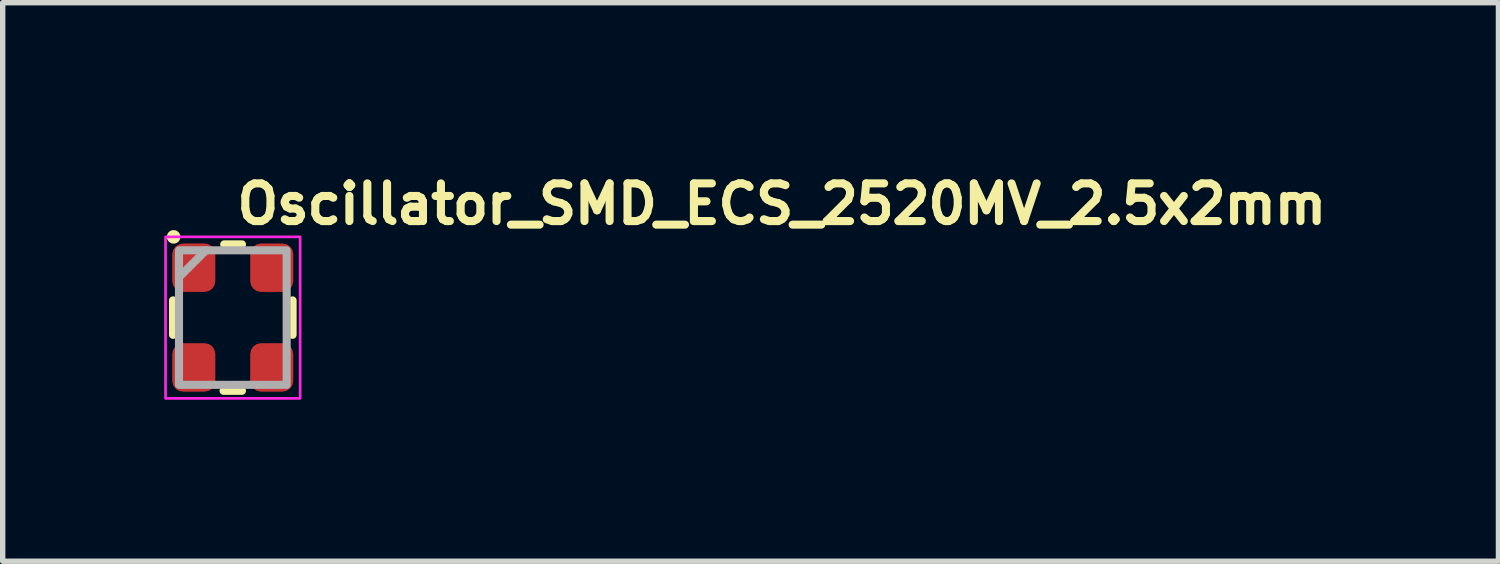
<source format=kicad_pcb>
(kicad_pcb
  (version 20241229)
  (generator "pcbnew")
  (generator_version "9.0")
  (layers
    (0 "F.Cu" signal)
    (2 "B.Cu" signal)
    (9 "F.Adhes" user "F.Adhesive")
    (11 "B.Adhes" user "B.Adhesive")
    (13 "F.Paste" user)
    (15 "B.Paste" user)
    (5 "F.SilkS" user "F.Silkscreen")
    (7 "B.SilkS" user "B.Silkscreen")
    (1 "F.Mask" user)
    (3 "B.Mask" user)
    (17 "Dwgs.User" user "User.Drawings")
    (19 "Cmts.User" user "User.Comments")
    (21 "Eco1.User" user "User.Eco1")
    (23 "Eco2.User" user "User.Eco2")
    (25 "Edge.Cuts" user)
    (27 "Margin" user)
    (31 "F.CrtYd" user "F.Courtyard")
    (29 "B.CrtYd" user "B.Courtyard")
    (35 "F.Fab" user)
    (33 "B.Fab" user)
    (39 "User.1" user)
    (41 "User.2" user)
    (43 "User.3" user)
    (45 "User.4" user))
  (footprint "Oscillator_SMD_ECS_2520MV_2.5x2mm"
    (layer "F.Cu")
    (at 1.275 2.85)
    (property "Reference" "Oscillator_SMD_ECS_2520MV_2.5x2mm" (at 0 -1.7 0) (layer "F.SilkS") (effects (font (size 0.7 0.7) (thickness 0.15)) (justify left bottom)))
    (attr smd)
    (fp_line (start -1.111 0.32) (end -1.111 -0.32) (stroke (width 0.15) (type solid)) (layer "F.SilkS"))
    (fp_line (start -0.172 1.36) (end 0.17 1.36) (stroke (width 0.15) (type solid)) (layer "F.SilkS"))
    (fp_line (start -0.16 -1.361) (end 0.17 -1.361) (stroke (width 0.15) (type solid)) (layer "F.SilkS"))
    (fp_line (start 1.11 0.32) (end 1.11 -0.32) (stroke (width 0.15) (type solid)) (layer "F.SilkS"))
    (fp_circle (center -1.1 -1.5) (end -1.049 -1.5) (stroke (width 0.15) (type solid)) (fill yes) (layer "F.SilkS"))
    (fp_rect (start -1.25 -1.5) (end 1.25 1.5) (stroke (width 0.05) (type solid)) (fill no) (layer "F.CrtYd"))
    (fp_line (start -1 -0.75) (end -0.5 -1.25) (stroke (width 0.15) (type solid)) (layer "F.Fab"))
    (fp_rect (start 1 1.249) (end -1 -1.25) (stroke (width 0.15) (type solid)) (fill no) (layer "F.Fab"))
    (fp_rect (start -1 -1.25) (end 0.998 1.249) (stroke (width 0.1) (type solid)) (fill no) (layer "User.5"))
    (fp_line (start -1 -1.151) (end -1 -0.202) (stroke (width 0.02) (type solid)) (layer "User.9"))
    (fp_line (start -1 -1.151) (end -0.996 -1.151) (stroke (width 0.02) (type solid)) (layer "User.9"))
    (fp_line (start -1 0.2) (end -1 1.148) (stroke (width 0.02) (type solid)) (layer "User.9"))
    (fp_line (start -1 0.2) (end -0.951 0.2) (stroke (width 0.02) (type solid)) (layer "User.9"))
    (fp_line (start -0.996 -1.151) (end -0.991 -1.151) (stroke (width 0.02) (type solid)) (layer "User.9"))
    (fp_line (start -0.996 1.15) (end -1 1.148) (stroke (width 0.02) (type solid)) (layer "User.9"))
    (fp_line (start -0.991 -1.151) (end -0.986 -1.153) (stroke (width 0.02) (type solid)) (layer "User.9"))
    (fp_line (start -0.991 1.15) (end -0.996 1.15) (stroke (width 0.02) (type solid)) (layer "User.9"))
    (fp_line (start -0.986 -1.153) (end -0.981 -1.153) (stroke (width 0.02) (type solid)) (layer "User.9"))
    (fp_line (start -0.986 1.15) (end -0.991 1.15) (stroke (width 0.02) (type solid)) (layer "User.9"))
    (fp_line (start -0.981 -1.153) (end -0.976 -1.154) (stroke (width 0.02) (type solid)) (layer "User.9"))
    (fp_line (start -0.981 1.15) (end -0.986 1.15) (stroke (width 0.02) (type solid)) (layer "User.9"))
    (fp_line (start -0.976 -1.154) (end -0.971 -1.156) (stroke (width 0.02) (type solid)) (layer "User.9"))
    (fp_line (start -0.976 1.153) (end -0.981 1.15) (stroke (width 0.02) (type solid)) (layer "User.9"))
    (fp_line (start -0.971 -1.156) (end -0.967 -1.156) (stroke (width 0.02) (type solid)) (layer "User.9"))
    (fp_line (start -0.971 1.153) (end -0.976 1.153) (stroke (width 0.02) (type solid)) (layer "User.9"))
    (fp_line (start -0.967 -1.156) (end -0.962 -1.158) (stroke (width 0.02) (type solid)) (layer "User.9"))
    (fp_line (start -0.967 1.155) (end -0.971 1.153) (stroke (width 0.02) (type solid)) (layer "User.9"))
    (fp_line (start -0.962 -1.158) (end -0.959 -1.16) (stroke (width 0.02) (type solid)) (layer "User.9"))
    (fp_line (start -0.962 1.157) (end -0.967 1.155) (stroke (width 0.02) (type solid)) (layer "User.9"))
    (fp_line (start -0.959 -1.16) (end -0.954 -1.162) (stroke (width 0.02) (type solid)) (layer "User.9"))
    (fp_line (start -0.959 1.159) (end -0.962 1.157) (stroke (width 0.02) (type solid)) (layer "User.9"))
    (fp_line (start -0.954 -1.162) (end -0.95 -1.166) (stroke (width 0.02) (type solid)) (layer "User.9"))
    (fp_line (start -0.954 1.161) (end -0.959 1.159) (stroke (width 0.02) (type solid)) (layer "User.9"))
    (fp_line (start -0.951 -1.065) (end -0.95 -1.073) (stroke (width 0.02) (type solid)) (layer "User.9"))
    (fp_line (start -0.951 -1.059) (end -0.951 -1.065) (stroke (width 0.02) (type solid)) (layer "User.9"))
    (fp_line (start -0.951 -1.051) (end -0.951 -1.059) (stroke (width 0.02) (type solid)) (layer "User.9"))
    (fp_line (start -0.951 -0.202) (end -1 -0.202) (stroke (width 0.02) (type solid)) (layer "User.9"))
    (fp_line (start -0.951 1.05) (end -0.951 -1.051) (stroke (width 0.02) (type solid)) (layer "User.9"))
    (fp_line (start -0.951 1.056) (end -0.951 1.05) (stroke (width 0.02) (type solid)) (layer "User.9"))
    (fp_line (start -0.951 1.064) (end -0.951 1.056) (stroke (width 0.02) (type solid)) (layer "User.9"))
    (fp_line (start -0.95 -1.166) (end -0.946 -1.168) (stroke (width 0.02) (type solid)) (layer "User.9"))
    (fp_line (start -0.95 -1.073) (end -0.949 -1.081) (stroke (width 0.02) (type solid)) (layer "User.9"))
    (fp_line (start -0.95 1.072) (end -0.951 1.064) (stroke (width 0.02) (type solid)) (layer "User.9"))
    (fp_line (start -0.95 1.163) (end -0.954 1.161) (stroke (width 0.02) (type solid)) (layer "User.9"))
    (fp_line (start -0.949 -1.081) (end -0.947 -1.087) (stroke (width 0.02) (type solid)) (layer "User.9"))
    (fp_line (start -0.949 1.078) (end -0.95 1.072) (stroke (width 0.02) (type solid)) (layer "User.9"))
    (fp_line (start -0.947 -1.087) (end -0.945 -1.095) (stroke (width 0.02) (type solid)) (layer "User.9"))
    (fp_line (start -0.947 1.086) (end -0.949 1.078) (stroke (width 0.02) (type solid)) (layer "User.9"))
    (fp_line (start -0.946 -1.168) (end -0.942 -1.17) (stroke (width 0.02) (type solid)) (layer "User.9"))
    (fp_line (start -0.946 1.165) (end -0.95 1.163) (stroke (width 0.02) (type solid)) (layer "User.9"))
    (fp_line (start -0.945 -1.095) (end -0.943 -1.101) (stroke (width 0.02) (type solid)) (layer "User.9"))
    (fp_line (start -0.945 1.092) (end -0.947 1.086) (stroke (width 0.02) (type solid)) (layer "User.9"))
    (fp_line (start -0.943 -1.101) (end -0.94 -1.109) (stroke (width 0.02) (type solid)) (layer "User.9"))
    (fp_line (start -0.943 1.1) (end -0.945 1.092) (stroke (width 0.02) (type solid)) (layer "User.9"))
    (fp_line (start -0.942 -1.17) (end -0.938 -1.174) (stroke (width 0.02) (type solid)) (layer "User.9"))
    (fp_line (start -0.942 1.169) (end -0.946 1.165) (stroke (width 0.02) (type solid)) (layer "User.9"))
    (fp_line (start -0.94 -1.109) (end -0.937 -1.115) (stroke (width 0.02) (type solid)) (layer "User.9"))
    (fp_line (start -0.94 1.106) (end -0.943 1.1) (stroke (width 0.02) (type solid)) (layer "User.9"))
    (fp_line (start -0.938 -1.174) (end -0.934 -1.176) (stroke (width 0.02) (type solid)) (layer "User.9"))
    (fp_line (start -0.938 1.171) (end -0.942 1.169) (stroke (width 0.02) (type solid)) (layer "User.9"))
    (fp_line (start -0.937 -1.115) (end -0.934 -1.121) (stroke (width 0.02) (type solid)) (layer "User.9"))
    (fp_line (start -0.937 1.114) (end -0.94 1.106) (stroke (width 0.02) (type solid)) (layer "User.9"))
    (fp_line (start -0.934 -1.176) (end -0.931 -1.18) (stroke (width 0.02) (type solid)) (layer "User.9"))
    (fp_line (start -0.934 -1.121) (end -0.93 -1.129) (stroke (width 0.02) (type solid)) (layer "User.9"))
    (fp_line (start -0.934 1.12) (end -0.937 1.114) (stroke (width 0.02) (type solid)) (layer "User.9"))
    (fp_line (start -0.934 1.175) (end -0.938 1.171) (stroke (width 0.02) (type solid)) (layer "User.9"))
    (fp_line (start -0.931 -1.18) (end -0.931 -1.18) (stroke (width 0.02) (type solid)) (layer "User.9"))
    (fp_line (start -0.931 -1.18) (end -0.927 -1.184) (stroke (width 0.02) (type solid)) (layer "User.9"))
    (fp_line (start -0.931 1.179) (end -0.934 1.175) (stroke (width 0.02) (type solid)) (layer "User.9"))
    (fp_line (start -0.931 1.179) (end -0.931 1.179) (stroke (width 0.02) (type solid)) (layer "User.9"))
    (fp_line (start -0.93 -1.129) (end -0.926 -1.135) (stroke (width 0.02) (type solid)) (layer "User.9"))
    (fp_line (start -0.93 1.126) (end -0.934 1.12) (stroke (width 0.02) (type solid)) (layer "User.9"))
    (fp_line (start -0.927 -1.184) (end -0.924 -1.188) (stroke (width 0.02) (type solid)) (layer "User.9"))
    (fp_line (start -0.927 1.181) (end -0.931 1.179) (stroke (width 0.02) (type solid)) (layer "User.9"))
    (fp_line (start -0.926 -1.135) (end -0.922 -1.141) (stroke (width 0.02) (type solid)) (layer "User.9"))
    (fp_line (start -0.926 1.132) (end -0.93 1.126) (stroke (width 0.02) (type solid)) (layer "User.9"))
    (fp_line (start -0.924 -1.188) (end -0.921 -1.192) (stroke (width 0.02) (type solid)) (layer "User.9"))
    (fp_line (start -0.924 1.185) (end -0.927 1.181) (stroke (width 0.02) (type solid)) (layer "User.9"))
    (fp_line (start -0.922 -1.141) (end -0.918 -1.147) (stroke (width 0.02) (type solid)) (layer "User.9"))
    (fp_line (start -0.922 1.138) (end -0.926 1.132) (stroke (width 0.02) (type solid)) (layer "User.9"))
    (fp_line (start -0.921 -1.192) (end -0.918 -1.196) (stroke (width 0.02) (type solid)) (layer "User.9"))
    (fp_line (start -0.921 1.189) (end -0.924 1.185) (stroke (width 0.02) (type solid)) (layer "User.9"))
    (fp_line (start -0.918 -1.196) (end -0.916 -1.2) (stroke (width 0.02) (type solid)) (layer "User.9"))
    (fp_line (start -0.918 -1.147) (end -0.913 -1.151) (stroke (width 0.02) (type solid)) (layer "User.9"))
    (fp_line (start -0.918 1.144) (end -0.922 1.138) (stroke (width 0.02) (type solid)) (layer "User.9"))
    (fp_line (start -0.918 1.193) (end -0.921 1.189) (stroke (width 0.02) (type solid)) (layer "User.9"))
    (fp_line (start -0.916 -1.2) (end -0.913 -1.204) (stroke (width 0.02) (type solid)) (layer "User.9"))
    (fp_line (start -0.916 1.197) (end -0.918 1.193) (stroke (width 0.02) (type solid)) (layer "User.9"))
    (fp_line (start -0.913 -1.204) (end -0.911 -1.208) (stroke (width 0.02) (type solid)) (layer "User.9"))
    (fp_line (start -0.913 -1.151) (end -0.908 -1.158) (stroke (width 0.02) (type solid)) (layer "User.9"))
    (fp_line (start -0.913 1.15) (end -0.918 1.144) (stroke (width 0.02) (type solid)) (layer "User.9"))
    (fp_line (start -0.913 1.201) (end -0.916 1.197) (stroke (width 0.02) (type solid)) (layer "User.9"))
    (fp_line (start -0.911 -1.208) (end -0.909 -1.212) (stroke (width 0.02) (type solid)) (layer "User.9"))
    (fp_line (start -0.911 1.207) (end -0.913 1.201) (stroke (width 0.02) (type solid)) (layer "User.9"))
    (fp_line (start -0.909 -1.212) (end -0.907 -1.218) (stroke (width 0.02) (type solid)) (layer "User.9"))
    (fp_line (start -0.909 1.211) (end -0.911 1.207) (stroke (width 0.02) (type solid)) (layer "User.9"))
    (fp_line (start -0.908 -1.158) (end -0.908 -1.158) (stroke (width 0.02) (type solid)) (layer "User.9"))
    (fp_line (start -0.908 -1.158) (end -0.902 -1.162) (stroke (width 0.02) (type solid)) (layer "User.9"))
    (fp_line (start -0.908 1.155) (end -0.913 1.15) (stroke (width 0.02) (type solid)) (layer "User.9"))
    (fp_line (start -0.908 1.155) (end -0.908 1.155) (stroke (width 0.02) (type solid)) (layer "User.9"))
    (fp_line (start -0.907 -1.218) (end -0.906 -1.222) (stroke (width 0.02) (type solid)) (layer "User.9"))
    (fp_line (start -0.907 1.215) (end -0.909 1.211) (stroke (width 0.02) (type solid)) (layer "User.9"))
    (fp_line (start -0.906 -1.222) (end -0.905 -1.226) (stroke (width 0.02) (type solid)) (layer "User.9"))
    (fp_line (start -0.906 1.219) (end -0.907 1.215) (stroke (width 0.02) (type solid)) (layer "User.9"))
    (fp_line (start -0.905 -1.226) (end -0.903 -1.232) (stroke (width 0.02) (type solid)) (layer "User.9"))
    (fp_line (start -0.905 1.225) (end -0.906 1.219) (stroke (width 0.02) (type solid)) (layer "User.9"))
    (fp_line (start -0.903 -1.236) (end -0.902 -1.242) (stroke (width 0.02) (type solid)) (layer "User.9"))
    (fp_line (start -0.903 -1.232) (end -0.903 -1.236) (stroke (width 0.02) (type solid)) (layer "User.9"))
    (fp_line (start -0.903 1.229) (end -0.905 1.225) (stroke (width 0.02) (type solid)) (layer "User.9"))
    (fp_line (start -0.903 1.235) (end -0.903 1.229) (stroke (width 0.02) (type solid)) (layer "User.9"))
    (fp_line (start -0.902 -1.246) (end -0.902 -1.25) (stroke (width 0.02) (type solid)) (layer "User.9"))
    (fp_line (start -0.902 -1.242) (end -0.902 -1.246) (stroke (width 0.02) (type solid)) (layer "User.9"))
    (fp_line (start -0.902 -1.162) (end -0.896 -1.168) (stroke (width 0.02) (type solid)) (layer "User.9"))
    (fp_line (start -0.902 -1.051) (end -0.902 1.05) (stroke (width 0.02) (type solid)) (layer "User.9"))
    (fp_line (start -0.902 1.05) (end -0.901 1.054) (stroke (width 0.02) (type solid)) (layer "User.9"))
    (fp_line (start -0.902 1.161) (end -0.908 1.155) (stroke (width 0.02) (type solid)) (layer "User.9"))
    (fp_line (start -0.902 1.239) (end -0.903 1.235) (stroke (width 0.02) (type solid)) (layer "User.9"))
    (fp_line (start -0.902 1.245) (end -0.902 1.239) (stroke (width 0.02) (type solid)) (layer "User.9"))
    (fp_line (start -0.902 1.249) (end -0.902 1.245) (stroke (width 0.02) (type solid)) (layer "User.9"))
    (fp_line (start -0.902 1.249) (end 0.9 1.249) (stroke (width 0.02) (type solid)) (layer "User.9"))
    (fp_line (start -0.901 -1.061) (end -0.901 -1.057) (stroke (width 0.02) (type solid)) (layer "User.9"))
    (fp_line (start -0.901 -1.057) (end -0.902 -1.051) (stroke (width 0.02) (type solid)) (layer "User.9"))
    (fp_line (start -0.901 1.054) (end -0.901 1.06) (stroke (width 0.02) (type solid)) (layer "User.9"))
    (fp_line (start -0.901 1.06) (end -0.9 1.064) (stroke (width 0.02) (type solid)) (layer "User.9"))
    (fp_line (start -0.9 -1.067) (end -0.901 -1.061) (stroke (width 0.02) (type solid)) (layer "User.9"))
    (fp_line (start -0.9 1.064) (end -0.899 1.07) (stroke (width 0.02) (type solid)) (layer "User.9"))
    (fp_line (start -0.899 -1.071) (end -0.9 -1.067) (stroke (width 0.02) (type solid)) (layer "User.9"))
    (fp_line (start -0.899 1.07) (end -0.898 1.074) (stroke (width 0.02) (type solid)) (layer "User.9"))
    (fp_line (start -0.898 -1.075) (end -0.899 -1.071) (stroke (width 0.02) (type solid)) (layer "User.9"))
    (fp_line (start -0.898 1.074) (end -0.896 1.078) (stroke (width 0.02) (type solid)) (layer "User.9"))
    (fp_line (start -0.896 -1.168) (end -0.89 -1.172) (stroke (width 0.02) (type solid)) (layer "User.9"))
    (fp_line (start -0.896 -1.081) (end -0.898 -1.075) (stroke (width 0.02) (type solid)) (layer "User.9"))
    (fp_line (start -0.896 1.078) (end -0.894 1.084) (stroke (width 0.02) (type solid)) (layer "User.9"))
    (fp_line (start -0.896 1.165) (end -0.902 1.161) (stroke (width 0.02) (type solid)) (layer "User.9"))
    (fp_line (start -0.894 -1.085) (end -0.896 -1.081) (stroke (width 0.02) (type solid)) (layer "User.9"))
    (fp_line (start -0.894 1.084) (end -0.893 1.088) (stroke (width 0.02) (type solid)) (layer "User.9"))
    (fp_line (start -0.893 -1.089) (end -0.894 -1.085) (stroke (width 0.02) (type solid)) (layer "User.9"))
    (fp_line (start -0.893 1.088) (end -0.891 1.092) (stroke (width 0.02) (type solid)) (layer "User.9"))
    (fp_line (start -0.891 -1.095) (end -0.893 -1.089) (stroke (width 0.02) (type solid)) (layer "User.9"))
    (fp_line (start -0.891 1.092) (end -0.888 1.096) (stroke (width 0.02) (type solid)) (layer "User.9"))
    (fp_line (start -0.89 -1.172) (end -0.884 -1.176) (stroke (width 0.02) (type solid)) (layer "User.9"))
    (fp_line (start -0.89 1.169) (end -0.896 1.165) (stroke (width 0.02) (type solid)) (layer "User.9"))
    (fp_line (start -0.888 -1.099) (end -0.891 -1.095) (stroke (width 0.02) (type solid)) (layer "User.9"))
    (fp_line (start -0.888 1.096) (end -0.886 1.1) (stroke (width 0.02) (type solid)) (layer "User.9"))
    (fp_line (start -0.886 -1.103) (end -0.888 -1.099) (stroke (width 0.02) (type solid)) (layer "User.9"))
    (fp_line (start -0.886 1.1) (end -0.883 1.104) (stroke (width 0.02) (type solid)) (layer "User.9"))
    (fp_line (start -0.884 -1.176) (end -0.878 -1.18) (stroke (width 0.02) (type solid)) (layer "User.9"))
    (fp_line (start -0.884 1.173) (end -0.89 1.169) (stroke (width 0.02) (type solid)) (layer "User.9"))
    (fp_line (start -0.883 -1.107) (end -0.886 -1.103) (stroke (width 0.02) (type solid)) (layer "User.9"))
    (fp_line (start -0.883 1.104) (end -0.881 1.108) (stroke (width 0.02) (type solid)) (layer "User.9"))
    (fp_line (start -0.881 -1.111) (end -0.883 -1.107) (stroke (width 0.02) (type solid)) (layer "User.9"))
    (fp_line (start -0.881 1.108) (end -0.878 1.112) (stroke (width 0.02) (type solid)) (layer "User.9"))
    (fp_line (start -0.878 -1.18) (end -0.871 -1.184) (stroke (width 0.02) (type solid)) (layer "User.9"))
    (fp_line (start -0.878 -1.115) (end -0.881 -1.111) (stroke (width 0.02) (type solid)) (layer "User.9"))
    (fp_line (start -0.878 1.112) (end -0.875 1.116) (stroke (width 0.02) (type solid)) (layer "User.9"))
    (fp_line (start -0.878 1.177) (end -0.884 1.173) (stroke (width 0.02) (type solid)) (layer "User.9"))
    (fp_line (start -0.875 -1.119) (end -0.878 -1.115) (stroke (width 0.02) (type solid)) (layer "User.9"))
    (fp_line (start -0.875 1.116) (end -0.871 1.12) (stroke (width 0.02) (type solid)) (layer "User.9"))
    (fp_line (start -0.871 -1.184) (end -0.865 -1.186) (stroke (width 0.02) (type solid)) (layer "User.9"))
    (fp_line (start -0.871 -1.121) (end -0.875 -1.119) (stroke (width 0.02) (type solid)) (layer "User.9"))
    (fp_line (start -0.871 1.12) (end -0.868 1.124) (stroke (width 0.02) (type solid)) (layer "User.9"))
    (fp_line (start -0.871 1.181) (end -0.878 1.177) (stroke (width 0.02) (type solid)) (layer "User.9"))
    (fp_line (start -0.868 -1.125) (end -0.871 -1.121) (stroke (width 0.02) (type solid)) (layer "User.9"))
    (fp_line (start -0.868 1.124) (end -0.864 1.126) (stroke (width 0.02) (type solid)) (layer "User.9"))
    (fp_line (start -0.865 -1.186) (end -0.858 -1.19) (stroke (width 0.02) (type solid)) (layer "User.9"))
    (fp_line (start -0.865 1.185) (end -0.871 1.181) (stroke (width 0.02) (type solid)) (layer "User.9"))
    (fp_line (start -0.864 -1.129) (end -0.868 -1.125) (stroke (width 0.02) (type solid)) (layer "User.9"))
    (fp_line (start -0.864 1.126) (end -0.86 1.13) (stroke (width 0.02) (type solid)) (layer "User.9"))
    (fp_line (start -0.86 -1.131) (end -0.864 -1.129) (stroke (width 0.02) (type solid)) (layer "User.9"))
    (fp_line (start -0.86 1.13) (end -0.856 1.132) (stroke (width 0.02) (type solid)) (layer "User.9"))
    (fp_line (start -0.858 -1.19) (end -0.851 -1.192) (stroke (width 0.02) (type solid)) (layer "User.9"))
    (fp_line (start -0.858 1.187) (end -0.865 1.185) (stroke (width 0.02) (type solid)) (layer "User.9"))
    (fp_line (start -0.856 -1.133) (end -0.86 -1.131) (stroke (width 0.02) (type solid)) (layer "User.9"))
    (fp_line (start -0.856 1.132) (end -0.852 1.134) (stroke (width 0.02) (type solid)) (layer "User.9"))
    (fp_line (start -0.852 -1.137) (end -0.856 -1.133) (stroke (width 0.02) (type solid)) (layer "User.9"))
    (fp_line (start -0.852 1.134) (end -0.848 1.136) (stroke (width 0.02) (type solid)) (layer "User.9"))
    (fp_line (start -0.851 -1.192) (end -0.844 -1.194) (stroke (width 0.02) (type solid)) (layer "User.9"))
    (fp_line (start -0.851 1.191) (end -0.858 1.187) (stroke (width 0.02) (type solid)) (layer "User.9"))
    (fp_line (start -0.848 -1.139) (end -0.852 -1.137) (stroke (width 0.02) (type solid)) (layer "User.9"))
    (fp_line (start -0.848 1.136) (end -0.844 1.14) (stroke (width 0.02) (type solid)) (layer "User.9"))
    (fp_line (start -0.844 -1.194) (end -0.837 -1.196) (stroke (width 0.02) (type solid)) (layer "User.9"))
    (fp_line (start -0.844 -1.141) (end -0.848 -1.139) (stroke (width 0.02) (type solid)) (layer "User.9"))
    (fp_line (start -0.844 1.14) (end -0.839 1.142) (stroke (width 0.02) (type solid)) (layer "User.9"))
    (fp_line (start -0.844 1.193) (end -0.851 1.191) (stroke (width 0.02) (type solid)) (layer "User.9"))
    (fp_line (start -0.839 -1.143) (end -0.844 -1.141) (stroke (width 0.02) (type solid)) (layer "User.9"))
    (fp_line (start -0.839 1.142) (end -0.835 1.142) (stroke (width 0.02) (type solid)) (layer "User.9"))
    (fp_line (start -0.837 -1.196) (end -0.831 -1.198) (stroke (width 0.02) (type solid)) (layer "User.9"))
    (fp_line (start -0.837 1.195) (end -0.844 1.193) (stroke (width 0.02) (type solid)) (layer "User.9"))
    (fp_line (start -0.835 -1.145) (end -0.839 -1.143) (stroke (width 0.02) (type solid)) (layer "User.9"))
    (fp_line (start -0.835 1.142) (end -0.831 1.144) (stroke (width 0.02) (type solid)) (layer "User.9"))
    (fp_line (start -0.831 -1.198) (end -0.824 -1.2) (stroke (width 0.02) (type solid)) (layer "User.9"))
    (fp_line (start -0.831 -1.147) (end -0.835 -1.145) (stroke (width 0.02) (type solid)) (layer "User.9"))
    (fp_line (start -0.831 1.144) (end -0.826 1.146) (stroke (width 0.02) (type solid)) (layer "User.9"))
    (fp_line (start -0.831 1.197) (end -0.837 1.195) (stroke (width 0.02) (type solid)) (layer "User.9"))
    (fp_line (start -0.826 -1.147) (end -0.831 -1.147) (stroke (width 0.02) (type solid)) (layer "User.9"))
    (fp_line (start -0.826 1.146) (end -0.822 1.146) (stroke (width 0.02) (type solid)) (layer "User.9"))
    (fp_line (start -0.824 -1.2) (end -0.816 -1.2) (stroke (width 0.02) (type solid)) (layer "User.9"))
    (fp_line (start -0.824 1.197) (end -0.831 1.197) (stroke (width 0.02) (type solid)) (layer "User.9"))
    (fp_line (start -0.822 -1.149) (end -0.826 -1.147) (stroke (width 0.02) (type solid)) (layer "User.9"))
    (fp_line (start -0.822 1.146) (end -0.817 1.148) (stroke (width 0.02) (type solid)) (layer "User.9"))
    (fp_line (start -0.817 -1.149) (end -0.822 -1.149) (stroke (width 0.02) (type solid)) (layer "User.9"))
    (fp_line (start -0.817 1.148) (end -0.812 1.148) (stroke (width 0.02) (type solid)) (layer "User.9"))
    (fp_line (start -0.816 -1.2) (end -0.809 -1.2) (stroke (width 0.02) (type solid)) (layer "User.9"))
    (fp_line (start -0.816 1.199) (end -0.824 1.197) (stroke (width 0.02) (type solid)) (layer "User.9"))
    (fp_line (start -0.812 -1.151) (end -0.817 -1.149) (stroke (width 0.02) (type solid)) (layer "User.9"))
    (fp_line (start -0.812 1.148) (end -0.807 1.148) (stroke (width 0.02) (type solid)) (layer "User.9"))
    (fp_line (start -0.809 -1.2) (end -0.802 -1.2) (stroke (width 0.02) (type solid)) (layer "User.9"))
    (fp_line (start -0.809 1.199) (end -0.816 1.199) (stroke (width 0.02) (type solid)) (layer "User.9"))
    (fp_line (start -0.807 -1.151) (end -0.812 -1.151) (stroke (width 0.02) (type solid)) (layer "User.9"))
    (fp_line (start -0.807 1.148) (end -0.802 1.148) (stroke (width 0.02) (type solid)) (layer "User.9"))
    (fp_line (start -0.802 -1.2) (end 0.8 -1.2) (stroke (width 0.02) (type solid)) (layer "User.9"))
    (fp_line (start -0.802 -1.151) (end -0.807 -1.151) (stroke (width 0.02) (type solid)) (layer "User.9"))
    (fp_line (start -0.802 1.148) (end 0.8 1.148) (stroke (width 0.02) (type solid)) (layer "User.9"))
    (fp_line (start -0.802 1.199) (end -0.809 1.199) (stroke (width 0.02) (type solid)) (layer "User.9"))
    (fp_line (start 0.8 -1.2) (end 0.807 -1.2) (stroke (width 0.02) (type solid)) (layer "User.9"))
    (fp_line (start 0.8 -1.151) (end -0.802 -1.151) (stroke (width 0.02) (type solid)) (layer "User.9"))
    (fp_line (start 0.8 1.148) (end 0.805 1.148) (stroke (width 0.02) (type solid)) (layer "User.9"))
    (fp_line (start 0.8 1.199) (end -0.802 1.199) (stroke (width 0.02) (type solid)) (layer "User.9"))
    (fp_line (start 0.805 -1.151) (end 0.8 -1.151) (stroke (width 0.02) (type solid)) (layer "User.9"))
    (fp_line (start 0.805 1.148) (end 0.81 1.148) (stroke (width 0.02) (type solid)) (layer "User.9"))
    (fp_line (start 0.807 -1.2) (end 0.814 -1.2) (stroke (width 0.02) (type solid)) (layer "User.9"))
    (fp_line (start 0.807 1.199) (end 0.8 1.199) (stroke (width 0.02) (type solid)) (layer "User.9"))
    (fp_line (start 0.81 -1.151) (end 0.805 -1.151) (stroke (width 0.02) (type solid)) (layer "User.9"))
    (fp_line (start 0.81 1.148) (end 0.815 1.148) (stroke (width 0.02) (type solid)) (layer "User.9"))
    (fp_line (start 0.814 -1.2) (end 0.822 -1.2) (stroke (width 0.02) (type solid)) (layer "User.9"))
    (fp_line (start 0.814 1.199) (end 0.807 1.199) (stroke (width 0.02) (type solid)) (layer "User.9"))
    (fp_line (start 0.815 -1.149) (end 0.81 -1.151) (stroke (width 0.02) (type solid)) (layer "User.9"))
    (fp_line (start 0.815 1.148) (end 0.82 1.146) (stroke (width 0.02) (type solid)) (layer "User.9"))
    (fp_line (start 0.82 -1.149) (end 0.815 -1.149) (stroke (width 0.02) (type solid)) (layer "User.9"))
    (fp_line (start 0.82 1.146) (end 0.824 1.146) (stroke (width 0.02) (type solid)) (layer "User.9"))
    (fp_line (start 0.822 -1.2) (end 0.829 -1.198) (stroke (width 0.02) (type solid)) (layer "User.9"))
    (fp_line (start 0.822 1.197) (end 0.814 1.199) (stroke (width 0.02) (type solid)) (layer "User.9"))
    (fp_line (start 0.824 -1.147) (end 0.82 -1.149) (stroke (width 0.02) (type solid)) (layer "User.9"))
    (fp_line (start 0.824 1.146) (end 0.829 1.144) (stroke (width 0.02) (type solid)) (layer "User.9"))
    (fp_line (start 0.829 -1.198) (end 0.835 -1.196) (stroke (width 0.02) (type solid)) (layer "User.9"))
    (fp_line (start 0.829 -1.147) (end 0.824 -1.147) (stroke (width 0.02) (type solid)) (layer "User.9"))
    (fp_line (start 0.829 1.144) (end 0.833 1.142) (stroke (width 0.02) (type solid)) (layer "User.9"))
    (fp_line (start 0.829 1.197) (end 0.822 1.197) (stroke (width 0.02) (type solid)) (layer "User.9"))
    (fp_line (start 0.833 -1.145) (end 0.829 -1.147) (stroke (width 0.02) (type solid)) (layer "User.9"))
    (fp_line (start 0.833 1.142) (end 0.837 1.142) (stroke (width 0.02) (type solid)) (layer "User.9"))
    (fp_line (start 0.835 -1.196) (end 0.842 -1.194) (stroke (width 0.02) (type solid)) (layer "User.9"))
    (fp_line (start 0.835 1.195) (end 0.829 1.197) (stroke (width 0.02) (type solid)) (layer "User.9"))
    (fp_line (start 0.837 -1.143) (end 0.833 -1.145) (stroke (width 0.02) (type solid)) (layer "User.9"))
    (fp_line (start 0.837 1.142) (end 0.842 1.14) (stroke (width 0.02) (type solid)) (layer "User.9"))
    (fp_line (start 0.842 -1.194) (end 0.849 -1.192) (stroke (width 0.02) (type solid)) (layer "User.9"))
    (fp_line (start 0.842 -1.141) (end 0.837 -1.143) (stroke (width 0.02) (type solid)) (layer "User.9"))
    (fp_line (start 0.842 1.14) (end 0.846 1.136) (stroke (width 0.02) (type solid)) (layer "User.9"))
    (fp_line (start 0.842 1.193) (end 0.835 1.195) (stroke (width 0.02) (type solid)) (layer "User.9"))
    (fp_line (start 0.846 -1.139) (end 0.842 -1.141) (stroke (width 0.02) (type solid)) (layer "User.9"))
    (fp_line (start 0.846 1.136) (end 0.85 1.134) (stroke (width 0.02) (type solid)) (layer "User.9"))
    (fp_line (start 0.849 -1.192) (end 0.856 -1.19) (stroke (width 0.02) (type solid)) (layer "User.9"))
    (fp_line (start 0.849 1.191) (end 0.842 1.193) (stroke (width 0.02) (type solid)) (layer "User.9"))
    (fp_line (start 0.85 -1.137) (end 0.846 -1.139) (stroke (width 0.02) (type solid)) (layer "User.9"))
    (fp_line (start 0.85 1.134) (end 0.854 1.132) (stroke (width 0.02) (type solid)) (layer "User.9"))
    (fp_line (start 0.854 -1.133) (end 0.85 -1.137) (stroke (width 0.02) (type solid)) (layer "User.9"))
    (fp_line (start 0.854 1.132) (end 0.858 1.13) (stroke (width 0.02) (type solid)) (layer "User.9"))
    (fp_line (start 0.856 -1.19) (end 0.863 -1.186) (stroke (width 0.02) (type solid)) (layer "User.9"))
    (fp_line (start 0.856 1.187) (end 0.849 1.191) (stroke (width 0.02) (type solid)) (layer "User.9"))
    (fp_line (start 0.858 -1.131) (end 0.854 -1.133) (stroke (width 0.02) (type solid)) (layer "User.9"))
    (fp_line (start 0.858 1.13) (end 0.862 1.126) (stroke (width 0.02) (type solid)) (layer "User.9"))
    (fp_line (start 0.862 -1.129) (end 0.858 -1.131) (stroke (width 0.02) (type solid)) (layer "User.9"))
    (fp_line (start 0.862 1.126) (end 0.866 1.124) (stroke (width 0.02) (type solid)) (layer "User.9"))
    (fp_line (start 0.863 -1.186) (end 0.869 -1.184) (stroke (width 0.02) (type solid)) (layer "User.9"))
    (fp_line (start 0.863 1.185) (end 0.856 1.187) (stroke (width 0.02) (type solid)) (layer "User.9"))
    (fp_line (start 0.866 -1.125) (end 0.862 -1.129) (stroke (width 0.02) (type solid)) (layer "User.9"))
    (fp_line (start 0.866 1.124) (end 0.869 1.12) (stroke (width 0.02) (type solid)) (layer "User.9"))
    (fp_line (start 0.869 -1.184) (end 0.876 -1.18) (stroke (width 0.02) (type solid)) (layer "User.9"))
    (fp_line (start 0.869 -1.121) (end 0.866 -1.125) (stroke (width 0.02) (type solid)) (layer "User.9"))
    (fp_line (start 0.869 1.12) (end 0.873 1.116) (stroke (width 0.02) (type solid)) (layer "User.9"))
    (fp_line (start 0.869 1.181) (end 0.863 1.185) (stroke (width 0.02) (type solid)) (layer "User.9"))
    (fp_line (start 0.873 -1.119) (end 0.869 -1.121) (stroke (width 0.02) (type solid)) (layer "User.9"))
    (fp_line (start 0.873 1.116) (end 0.876 1.112) (stroke (width 0.02) (type solid)) (layer "User.9"))
    (fp_line (start 0.876 -1.18) (end 0.882 -1.176) (stroke (width 0.02) (type solid)) (layer "User.9"))
    (fp_line (start 0.876 -1.115) (end 0.873 -1.119) (stroke (width 0.02) (type solid)) (layer "User.9"))
    (fp_line (start 0.876 1.112) (end 0.879 1.108) (stroke (width 0.02) (type solid)) (layer "User.9"))
    (fp_line (start 0.876 1.177) (end 0.869 1.181) (stroke (width 0.02) (type solid)) (layer "User.9"))
    (fp_line (start 0.879 -1.111) (end 0.876 -1.115) (stroke (width 0.02) (type solid)) (layer "User.9"))
    (fp_line (start 0.879 1.108) (end 0.881 1.104) (stroke (width 0.02) (type solid)) (layer "User.9"))
    (fp_line (start 0.881 -1.107) (end 0.879 -1.111) (stroke (width 0.02) (type solid)) (layer "User.9"))
    (fp_line (start 0.881 1.104) (end 0.884 1.1) (stroke (width 0.02) (type solid)) (layer "User.9"))
    (fp_line (start 0.882 -1.176) (end 0.888 -1.172) (stroke (width 0.02) (type solid)) (layer "User.9"))
    (fp_line (start 0.882 1.173) (end 0.876 1.177) (stroke (width 0.02) (type solid)) (layer "User.9"))
    (fp_line (start 0.884 -1.103) (end 0.881 -1.107) (stroke (width 0.02) (type solid)) (layer "User.9"))
    (fp_line (start 0.884 1.1) (end 0.886 1.096) (stroke (width 0.02) (type solid)) (layer "User.9"))
    (fp_line (start 0.886 -1.099) (end 0.884 -1.103) (stroke (width 0.02) (type solid)) (layer "User.9"))
    (fp_line (start 0.886 1.096) (end 0.889 1.092) (stroke (width 0.02) (type solid)) (layer "User.9"))
    (fp_line (start 0.888 -1.172) (end 0.894 -1.168) (stroke (width 0.02) (type solid)) (layer "User.9"))
    (fp_line (start 0.888 1.169) (end 0.882 1.173) (stroke (width 0.02) (type solid)) (layer "User.9"))
    (fp_line (start 0.889 -1.095) (end 0.886 -1.099) (stroke (width 0.02) (type solid)) (layer "User.9"))
    (fp_line (start 0.889 1.092) (end 0.891 1.088) (stroke (width 0.02) (type solid)) (layer "User.9"))
    (fp_line (start 0.891 -1.089) (end 0.889 -1.095) (stroke (width 0.02) (type solid)) (layer "User.9"))
    (fp_line (start 0.891 1.088) (end 0.892 1.084) (stroke (width 0.02) (type solid)) (layer "User.9"))
    (fp_line (start 0.892 -1.085) (end 0.891 -1.089) (stroke (width 0.02) (type solid)) (layer "User.9"))
    (fp_line (start 0.892 1.084) (end 0.894 1.078) (stroke (width 0.02) (type solid)) (layer "User.9"))
    (fp_line (start 0.894 -1.168) (end 0.9 -1.162) (stroke (width 0.02) (type solid)) (layer "User.9"))
    (fp_line (start 0.894 -1.081) (end 0.892 -1.085) (stroke (width 0.02) (type solid)) (layer "User.9"))
    (fp_line (start 0.894 1.078) (end 0.896 1.074) (stroke (width 0.02) (type solid)) (layer "User.9"))
    (fp_line (start 0.894 1.165) (end 0.888 1.169) (stroke (width 0.02) (type solid)) (layer "User.9"))
    (fp_line (start 0.896 -1.075) (end 0.894 -1.081) (stroke (width 0.02) (type solid)) (layer "User.9"))
    (fp_line (start 0.896 1.074) (end 0.897 1.07) (stroke (width 0.02) (type solid)) (layer "User.9"))
    (fp_line (start 0.897 -1.071) (end 0.896 -1.075) (stroke (width 0.02) (type solid)) (layer "User.9"))
    (fp_line (start 0.897 1.07) (end 0.898 1.064) (stroke (width 0.02) (type solid)) (layer "User.9"))
    (fp_line (start 0.898 -1.067) (end 0.897 -1.071) (stroke (width 0.02) (type solid)) (layer "User.9"))
    (fp_line (start 0.898 1.064) (end 0.899 1.06) (stroke (width 0.02) (type solid)) (layer "User.9"))
    (fp_line (start 0.899 -1.061) (end 0.898 -1.067) (stroke (width 0.02) (type solid)) (layer "User.9"))
    (fp_line (start 0.899 -1.057) (end 0.899 -1.061) (stroke (width 0.02) (type solid)) (layer "User.9"))
    (fp_line (start 0.899 1.054) (end 0.9 1.05) (stroke (width 0.02) (type solid)) (layer "User.9"))
    (fp_line (start 0.899 1.06) (end 0.899 1.054) (stroke (width 0.02) (type solid)) (layer "User.9"))
    (fp_line (start 0.9 -1.25) (end -0.902 -1.25) (stroke (width 0.02) (type solid)) (layer "User.9"))
    (fp_line (start 0.9 -1.25) (end 0.9 -1.246) (stroke (width 0.02) (type solid)) (layer "User.9"))
    (fp_line (start 0.9 -1.246) (end 0.9 -1.242) (stroke (width 0.02) (type solid)) (layer "User.9"))
    (fp_line (start 0.9 -1.242) (end 0.901 -1.236) (stroke (width 0.02) (type solid)) (layer "User.9"))
    (fp_line (start 0.9 -1.162) (end 0.906 -1.158) (stroke (width 0.02) (type solid)) (layer "User.9"))
    (fp_line (start 0.9 -1.051) (end 0.899 -1.057) (stroke (width 0.02) (type solid)) (layer "User.9"))
    (fp_line (start 0.9 1.05) (end 0.9 -1.051) (stroke (width 0.02) (type solid)) (layer "User.9"))
    (fp_line (start 0.9 1.161) (end 0.894 1.165) (stroke (width 0.02) (type solid)) (layer "User.9"))
    (fp_line (start 0.9 1.239) (end 0.9 1.245) (stroke (width 0.02) (type solid)) (layer "User.9"))
    (fp_line (start 0.9 1.245) (end 0.9 1.249) (stroke (width 0.02) (type solid)) (layer "User.9"))
    (fp_line (start 0.901 -1.236) (end 0.901 -1.232) (stroke (width 0.02) (type solid)) (layer "User.9"))
    (fp_line (start 0.901 -1.232) (end 0.903 -1.226) (stroke (width 0.02) (type solid)) (layer "User.9"))
    (fp_line (start 0.901 1.229) (end 0.901 1.235) (stroke (width 0.02) (type solid)) (layer "User.9"))
    (fp_line (start 0.901 1.235) (end 0.9 1.239) (stroke (width 0.02) (type solid)) (layer "User.9"))
    (fp_line (start 0.903 -1.226) (end 0.904 -1.222) (stroke (width 0.02) (type solid)) (layer "User.9"))
    (fp_line (start 0.903 1.225) (end 0.901 1.229) (stroke (width 0.02) (type solid)) (layer "User.9"))
    (fp_line (start 0.904 -1.222) (end 0.905 -1.218) (stroke (width 0.02) (type solid)) (layer "User.9"))
    (fp_line (start 0.904 1.219) (end 0.903 1.225) (stroke (width 0.02) (type solid)) (layer "User.9"))
    (fp_line (start 0.905 -1.218) (end 0.907 -1.212) (stroke (width 0.02) (type solid)) (layer "User.9"))
    (fp_line (start 0.905 1.215) (end 0.904 1.219) (stroke (width 0.02) (type solid)) (layer "User.9"))
    (fp_line (start 0.906 -1.158) (end 0.906 -1.158) (stroke (width 0.02) (type solid)) (layer "User.9"))
    (fp_line (start 0.906 -1.158) (end 0.911 -1.151) (stroke (width 0.02) (type solid)) (layer "User.9"))
    (fp_line (start 0.906 1.155) (end 0.9 1.161) (stroke (width 0.02) (type solid)) (layer "User.9"))
    (fp_line (start 0.906 1.155) (end 0.906 1.155) (stroke (width 0.02) (type solid)) (layer "User.9"))
    (fp_line (start 0.907 -1.212) (end 0.909 -1.208) (stroke (width 0.02) (type solid)) (layer "User.9"))
    (fp_line (start 0.907 1.211) (end 0.905 1.215) (stroke (width 0.02) (type solid)) (layer "User.9"))
    (fp_line (start 0.909 -1.208) (end 0.911 -1.204) (stroke (width 0.02) (type solid)) (layer "User.9"))
    (fp_line (start 0.909 1.207) (end 0.907 1.211) (stroke (width 0.02) (type solid)) (layer "User.9"))
    (fp_line (start 0.911 -1.204) (end 0.914 -1.2) (stroke (width 0.02) (type solid)) (layer "User.9"))
    (fp_line (start 0.911 -1.151) (end 0.916 -1.147) (stroke (width 0.02) (type solid)) (layer "User.9"))
    (fp_line (start 0.911 1.15) (end 0.906 1.155) (stroke (width 0.02) (type solid)) (layer "User.9"))
    (fp_line (start 0.911 1.201) (end 0.909 1.207) (stroke (width 0.02) (type solid)) (layer "User.9"))
    (fp_line (start 0.914 -1.2) (end 0.916 -1.196) (stroke (width 0.02) (type solid)) (layer "User.9"))
    (fp_line (start 0.914 1.197) (end 0.911 1.201) (stroke (width 0.02) (type solid)) (layer "User.9"))
    (fp_line (start 0.916 -1.196) (end 0.919 -1.192) (stroke (width 0.02) (type solid)) (layer "User.9"))
    (fp_line (start 0.916 -1.147) (end 0.92 -1.141) (stroke (width 0.02) (type solid)) (layer "User.9"))
    (fp_line (start 0.916 1.144) (end 0.911 1.15) (stroke (width 0.02) (type solid)) (layer "User.9"))
    (fp_line (start 0.916 1.193) (end 0.914 1.197) (stroke (width 0.02) (type solid)) (layer "User.9"))
    (fp_line (start 0.919 -1.192) (end 0.922 -1.188) (stroke (width 0.02) (type solid)) (layer "User.9"))
    (fp_line (start 0.919 1.189) (end 0.916 1.193) (stroke (width 0.02) (type solid)) (layer "User.9"))
    (fp_line (start 0.92 -1.141) (end 0.924 -1.135) (stroke (width 0.02) (type solid)) (layer "User.9"))
    (fp_line (start 0.92 1.138) (end 0.916 1.144) (stroke (width 0.02) (type solid)) (layer "User.9"))
    (fp_line (start 0.922 -1.188) (end 0.925 -1.184) (stroke (width 0.02) (type solid)) (layer "User.9"))
    (fp_line (start 0.922 1.185) (end 0.919 1.189) (stroke (width 0.02) (type solid)) (layer "User.9"))
    (fp_line (start 0.924 -1.135) (end 0.928 -1.129) (stroke (width 0.02) (type solid)) (layer "User.9"))
    (fp_line (start 0.924 1.132) (end 0.92 1.138) (stroke (width 0.02) (type solid)) (layer "User.9"))
    (fp_line (start 0.925 -1.184) (end 0.929 -1.18) (stroke (width 0.02) (type solid)) (layer "User.9"))
    (fp_line (start 0.925 1.181) (end 0.922 1.185) (stroke (width 0.02) (type solid)) (layer "User.9"))
    (fp_line (start 0.928 -1.129) (end 0.932 -1.121) (stroke (width 0.02) (type solid)) (layer "User.9"))
    (fp_line (start 0.928 1.126) (end 0.924 1.132) (stroke (width 0.02) (type solid)) (layer "User.9"))
    (fp_line (start 0.929 -1.18) (end 0.929 -1.18) (stroke (width 0.02) (type solid)) (layer "User.9"))
    (fp_line (start 0.929 -1.18) (end 0.932 -1.176) (stroke (width 0.02) (type solid)) (layer "User.9"))
    (fp_line (start 0.929 1.179) (end 0.925 1.181) (stroke (width 0.02) (type solid)) (layer "User.9"))
    (fp_line (start 0.929 1.179) (end 0.929 1.179) (stroke (width 0.02) (type solid)) (layer "User.9"))
    (fp_line (start 0.932 -1.176) (end 0.936 -1.174) (stroke (width 0.02) (type solid)) (layer "User.9"))
    (fp_line (start 0.932 -1.121) (end 0.935 -1.115) (stroke (width 0.02) (type solid)) (layer "User.9"))
    (fp_line (start 0.932 1.12) (end 0.928 1.126) (stroke (width 0.02) (type solid)) (layer "User.9"))
    (fp_line (start 0.932 1.175) (end 0.929 1.179) (stroke (width 0.02) (type solid)) (layer "User.9"))
    (fp_line (start 0.935 -1.115) (end 0.938 -1.109) (stroke (width 0.02) (type solid)) (layer "User.9"))
    (fp_line (start 0.935 1.114) (end 0.932 1.12) (stroke (width 0.02) (type solid)) (layer "User.9"))
    (fp_line (start 0.936 -1.174) (end 0.94 -1.17) (stroke (width 0.02) (type solid)) (layer "User.9"))
    (fp_line (start 0.936 1.171) (end 0.932 1.175) (stroke (width 0.02) (type solid)) (layer "User.9"))
    (fp_line (start 0.938 -1.109) (end 0.941 -1.101) (stroke (width 0.02) (type solid)) (layer "User.9"))
    (fp_line (start 0.938 1.106) (end 0.935 1.114) (stroke (width 0.02) (type solid)) (layer "User.9"))
    (fp_line (start 0.94 -1.17) (end 0.944 -1.168) (stroke (width 0.02) (type solid)) (layer "User.9"))
    (fp_line (start 0.94 1.169) (end 0.936 1.171) (stroke (width 0.02) (type solid)) (layer "User.9"))
    (fp_line (start 0.941 -1.101) (end 0.943 -1.095) (stroke (width 0.02) (type solid)) (layer "User.9"))
    (fp_line (start 0.941 1.1) (end 0.938 1.106) (stroke (width 0.02) (type solid)) (layer "User.9"))
    (fp_line (start 0.943 -1.095) (end 0.945 -1.087) (stroke (width 0.02) (type solid)) (layer "User.9"))
    (fp_line (start 0.943 1.092) (end 0.941 1.1) (stroke (width 0.02) (type solid)) (layer "User.9"))
    (fp_line (start 0.944 -1.168) (end 0.948 -1.166) (stroke (width 0.02) (type solid)) (layer "User.9"))
    (fp_line (start 0.944 1.165) (end 0.94 1.169) (stroke (width 0.02) (type solid)) (layer "User.9"))
    (fp_line (start 0.945 -1.087) (end 0.947 -1.081) (stroke (width 0.02) (type solid)) (layer "User.9"))
    (fp_line (start 0.945 1.086) (end 0.943 1.092) (stroke (width 0.02) (type solid)) (layer "User.9"))
    (fp_line (start 0.947 -1.081) (end 0.948 -1.073) (stroke (width 0.02) (type solid)) (layer "User.9"))
    (fp_line (start 0.947 1.078) (end 0.945 1.086) (stroke (width 0.02) (type solid)) (layer "User.9"))
    (fp_line (start 0.948 -1.166) (end 0.952 -1.162) (stroke (width 0.02) (type solid)) (layer "User.9"))
    (fp_line (start 0.948 -1.073) (end 0.949 -1.065) (stroke (width 0.02) (type solid)) (layer "User.9"))
    (fp_line (start 0.948 1.072) (end 0.947 1.078) (stroke (width 0.02) (type solid)) (layer "User.9"))
    (fp_line (start 0.948 1.163) (end 0.944 1.165) (stroke (width 0.02) (type solid)) (layer "User.9"))
    (fp_line (start 0.949 -1.065) (end 0.949 -1.059) (stroke (width 0.02) (type solid)) (layer "User.9"))
    (fp_line (start 0.949 -1.059) (end 0.949 -1.051) (stroke (width 0.02) (type solid)) (layer "User.9"))
    (fp_line (start 0.949 -1.051) (end 0.949 1.05) (stroke (width 0.02) (type solid)) (layer "User.9"))
    (fp_line (start 0.949 0.2) (end 0.998 0.2) (stroke (width 0.02) (type solid)) (layer "User.9"))
    (fp_line (start 0.949 1.05) (end 0.949 1.056) (stroke (width 0.02) (type solid)) (layer "User.9"))
    (fp_line (start 0.949 1.056) (end 0.949 1.064) (stroke (width 0.02) (type solid)) (layer "User.9"))
    (fp_line (start 0.949 1.064) (end 0.948 1.072) (stroke (width 0.02) (type solid)) (layer "User.9"))
    (fp_line (start 0.952 -1.162) (end 0.957 -1.16) (stroke (width 0.02) (type solid)) (layer "User.9"))
    (fp_line (start 0.952 1.161) (end 0.948 1.163) (stroke (width 0.02) (type solid)) (layer "User.9"))
    (fp_line (start 0.957 -1.16) (end 0.96 -1.158) (stroke (width 0.02) (type solid)) (layer "User.9"))
    (fp_line (start 0.957 1.159) (end 0.952 1.161) (stroke (width 0.02) (type solid)) (layer "User.9"))
    (fp_line (start 0.96 -1.158) (end 0.965 -1.156) (stroke (width 0.02) (type solid)) (layer "User.9"))
    (fp_line (start 0.96 1.157) (end 0.957 1.159) (stroke (width 0.02) (type solid)) (layer "User.9"))
    (fp_line (start 0.965 -1.156) (end 0.969 -1.156) (stroke (width 0.02) (type solid)) (layer "User.9"))
    (fp_line (start 0.965 1.155) (end 0.96 1.157) (stroke (width 0.02) (type solid)) (layer "User.9"))
    (fp_line (start 0.969 -1.156) (end 0.974 -1.154) (stroke (width 0.02) (type solid)) (layer "User.9"))
    (fp_line (start 0.969 1.153) (end 0.965 1.155) (stroke (width 0.02) (type solid)) (layer "User.9"))
    (fp_line (start 0.974 -1.154) (end 0.979 -1.153) (stroke (width 0.02) (type solid)) (layer "User.9"))
    (fp_line (start 0.974 1.153) (end 0.969 1.153) (stroke (width 0.02) (type solid)) (layer "User.9"))
    (fp_line (start 0.979 -1.153) (end 0.984 -1.153) (stroke (width 0.02) (type solid)) (layer "User.9"))
    (fp_line (start 0.979 1.15) (end 0.974 1.153) (stroke (width 0.02) (type solid)) (layer "User.9"))
    (fp_line (start 0.984 -1.153) (end 0.989 -1.151) (stroke (width 0.02) (type solid)) (layer "User.9"))
    (fp_line (start 0.984 1.15) (end 0.979 1.15) (stroke (width 0.02) (type solid)) (layer "User.9"))
    (fp_line (start 0.989 -1.151) (end 0.994 -1.151) (stroke (width 0.02) (type solid)) (layer "User.9"))
    (fp_line (start 0.989 1.15) (end 0.984 1.15) (stroke (width 0.02) (type solid)) (layer "User.9"))
    (fp_line (start 0.994 -1.151) (end 0.998 -1.151) (stroke (width 0.02) (type solid)) (layer "User.9"))
    (fp_line (start 0.994 1.15) (end 0.989 1.15) (stroke (width 0.02) (type solid)) (layer "User.9"))
    (fp_line (start 0.998 -0.202) (end 0.949 -0.202) (stroke (width 0.02) (type solid)) (layer "User.9"))
    (fp_line (start 0.998 -0.202) (end 0.998 -1.151) (stroke (width 0.02) (type solid)) (layer "User.9"))
    (fp_line (start 0.998 1.148) (end 0.994 1.15) (stroke (width 0.02) (type solid)) (layer "User.9"))
    (fp_line (start 0.998 1.148) (end 0.998 0.2) (stroke (width 0.02) (type solid)) (layer "User.9"))
    (pad "1" smd roundrect (at -0.725 -0.927) (size 0.8 0.9) (layers "F.Cu" "F.Mask" "F.Paste") (roundrect_rratio 0.25))
    (pad "2" smd roundrect (at -0.725 0.925) (size 0.8 0.9) (layers "F.Cu" "F.Mask" "F.Paste") (roundrect_rratio 0.25))
    (pad "3" smd roundrect (at 0.723 0.925) (size 0.8 0.9) (layers "F.Cu" "F.Mask" "F.Paste") (roundrect_rratio 0.25))
    (pad "4" smd roundrect (at 0.723 -0.927) (size 0.8 0.9) (layers "F.Cu" "F.Mask" "F.Paste") (roundrect_rratio 0.25)))
  (gr_rect
    (start -3 -3)
    (end 24.785 7.375)
    (stroke (width 0.1) (type default))
    (fill no)
    (layer "Edge.Cuts")))
</source>
